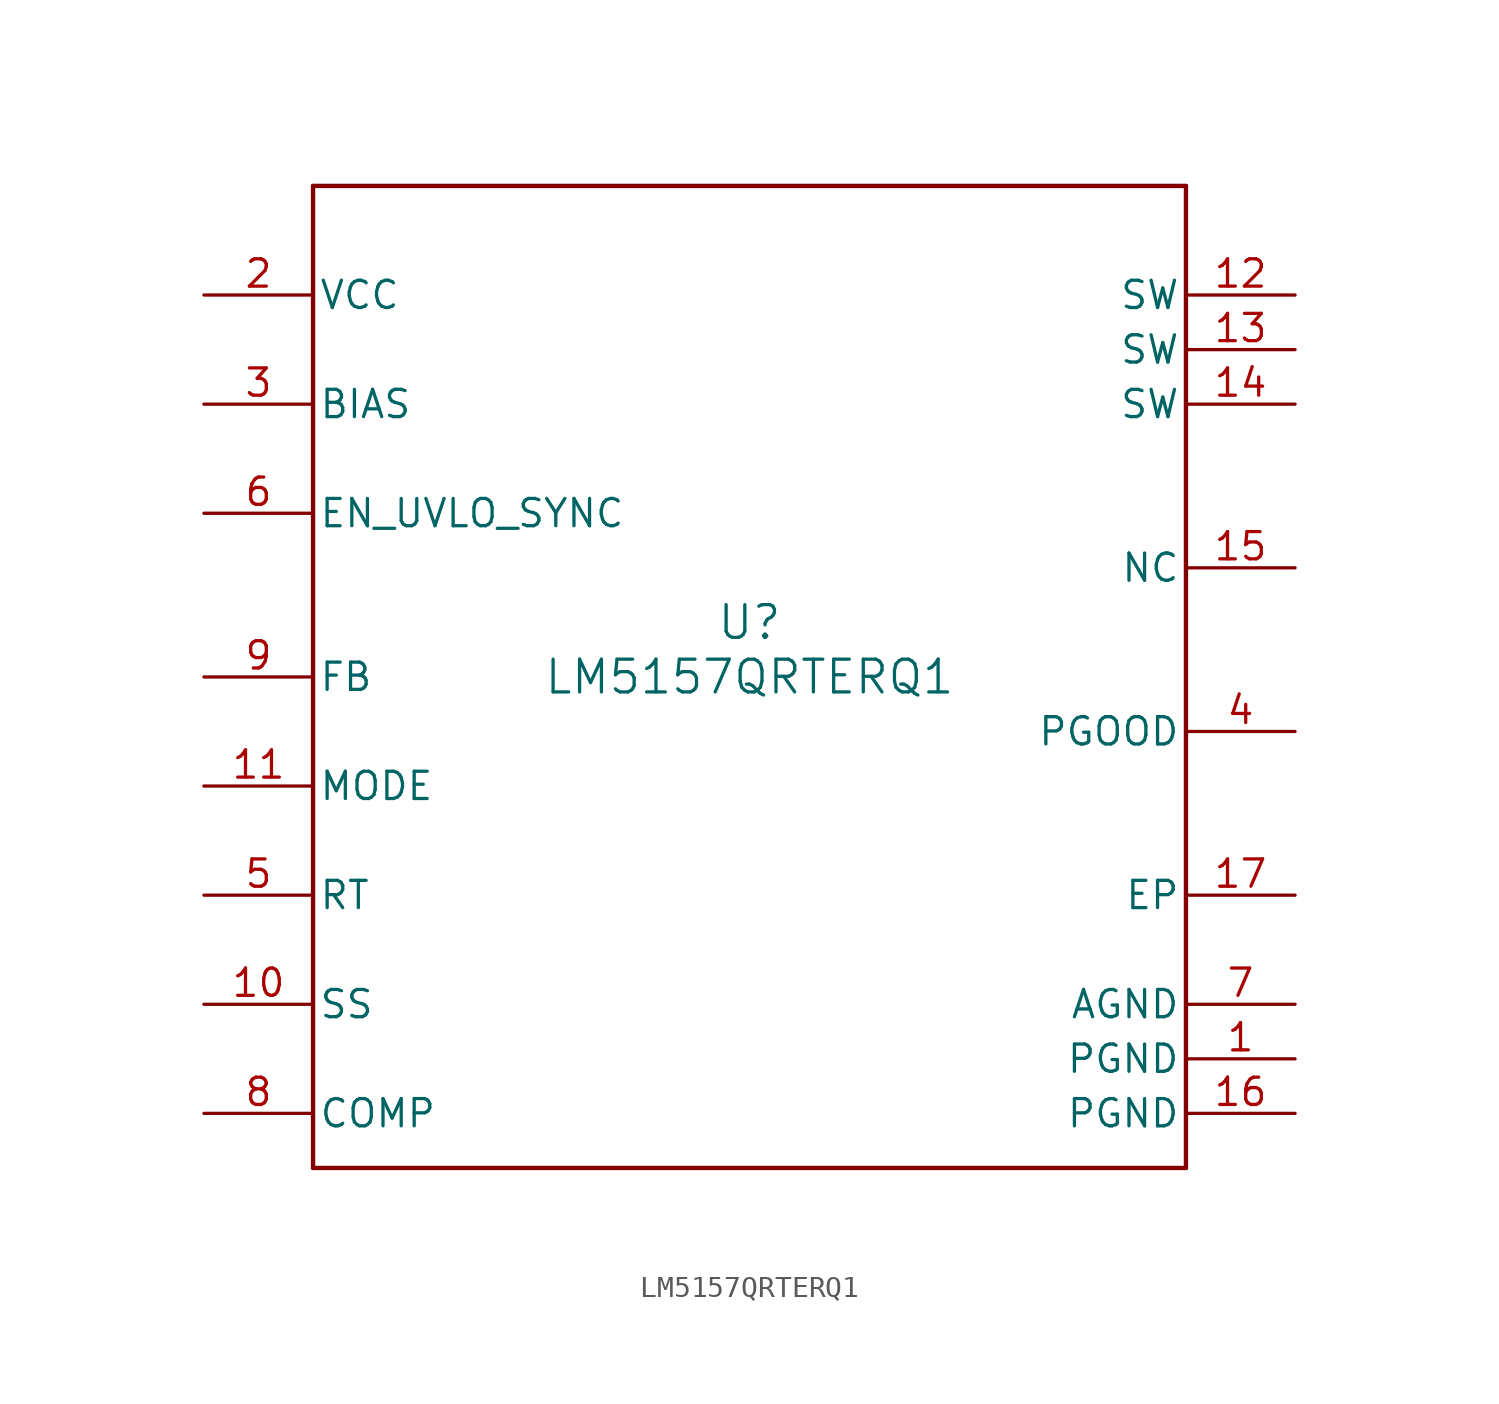
<source format=kicad_sym>
(kicad_symbol_lib
  (version 20211014)
  (generator kicad_symbol_editor)
  (symbol "LM5157QRTERQ1"
    (pin_names
      (offset 0.254))
    (property "Reference" "U"
      (at 0 2.54 0)
      (effects (font (size 1.524 1.524))))
    (property "Value" "LM5157QRTERQ1"
      (at 0 0 0)
      (effects (font (size 1.524 1.524))))
    (symbol "LM5157QRTERQ1_0_1"
      (polyline (pts (xy -20.32 -22.86) (xy 20.32 -22.86)) (stroke (width 0.203) (type default) (color 0 0 0 0)) (fill (type none)))
      (polyline (pts (xy 20.32 -22.86) (xy 20.32 22.86)) (stroke (width 0.203) (type default) (color 0 0 0 0)) (fill (type none)))
      (polyline (pts (xy 20.32 22.86) (xy -20.32 22.86)) (stroke (width 0.203) (type default) (color 0 0 0 0)) (fill (type none)))
      (polyline (pts (xy -20.32 22.86) (xy -20.32 -22.86)) (stroke (width 0.203) (type default) (color 0 0 0 0)) (fill (type none)))
      (pin power_in line (at 25.4 -17.78 180) (length 5.08) (name "PGND" (effects (font (size 1.27 1.27)))) (number "1" (effects (font (size 1.27 1.27)))))
      (pin power_in line (at -25.4 17.78 0) (length 5.08) (name "VCC" (effects (font (size 1.27 1.27)))) (number "2" (effects (font (size 1.27 1.27)))))
      (pin unspecified line (at -25.4 12.7 0) (length 5.08) (name "BIAS" (effects (font (size 1.27 1.27)))) (number "3" (effects (font (size 1.27 1.27)))))
      (pin unspecified line (at 25.4 -2.54 180) (length 5.08) (name "PGOOD" (effects (font (size 1.27 1.27)))) (number "4" (effects (font (size 1.27 1.27)))))
      (pin unspecified line (at -25.4 -10.16 0) (length 5.08) (name "RT" (effects (font (size 1.27 1.27)))) (number "5" (effects (font (size 1.27 1.27)))))
      (pin input line (at -25.4 7.62 0) (length 5.08) (name "EN_UVLO_SYNC" (effects (font (size 1.27 1.27)))) (number "6" (effects (font (size 1.27 1.27)))))
      (pin power_in line (at 25.4 -15.24 180) (length 5.08) (name "AGND" (effects (font (size 1.27 1.27)))) (number "7" (effects (font (size 1.27 1.27)))))
      (pin unspecified line (at -25.4 -20.32 0) (length 5.08) (name "COMP" (effects (font (size 1.27 1.27)))) (number "8" (effects (font (size 1.27 1.27)))))
      (pin input line (at -25.4 0 0) (length 5.08) (name "FB" (effects (font (size 1.27 1.27)))) (number "9" (effects (font (size 1.27 1.27)))))
      (pin input line (at -25.4 -15.24 0) (length 5.08) (name "SS" (effects (font (size 1.27 1.27)))) (number "10" (effects (font (size 1.27 1.27)))))
      (pin input line (at -25.4 -5.08 0) (length 5.08) (name "MODE" (effects (font (size 1.27 1.27)))) (number "11" (effects (font (size 1.27 1.27)))))
      (pin power_in line (at 25.4 17.78 180) (length 5.08) (name "SW" (effects (font (size 1.27 1.27)))) (number "12" (effects (font (size 1.27 1.27)))))
      (pin power_in line (at 25.4 15.24 180) (length 5.08) (name "SW" (effects (font (size 1.27 1.27)))) (number "13" (effects (font (size 1.27 1.27)))))
      (pin power_in line (at 25.4 12.7 180) (length 5.08) (name "SW" (effects (font (size 1.27 1.27)))) (number "14" (effects (font (size 1.27 1.27)))))
      (pin unspecified line (at 25.4 5.08 180) (length 5.08) (name "NC" (effects (font (size 1.27 1.27)))) (number "15" (effects (font (size 1.27 1.27)))))
      (pin power_in line (at 25.4 -20.32 180) (length 5.08) (name "PGND" (effects (font (size 1.27 1.27)))) (number "16" (effects (font (size 1.27 1.27)))))
      (pin unspecified line (at 25.4 -10.16 180) (length 5.08) (name "EP" (effects (font (size 1.27 1.27)))) (number "17" (effects (font (size 1.27 1.27))))))))
</source>
